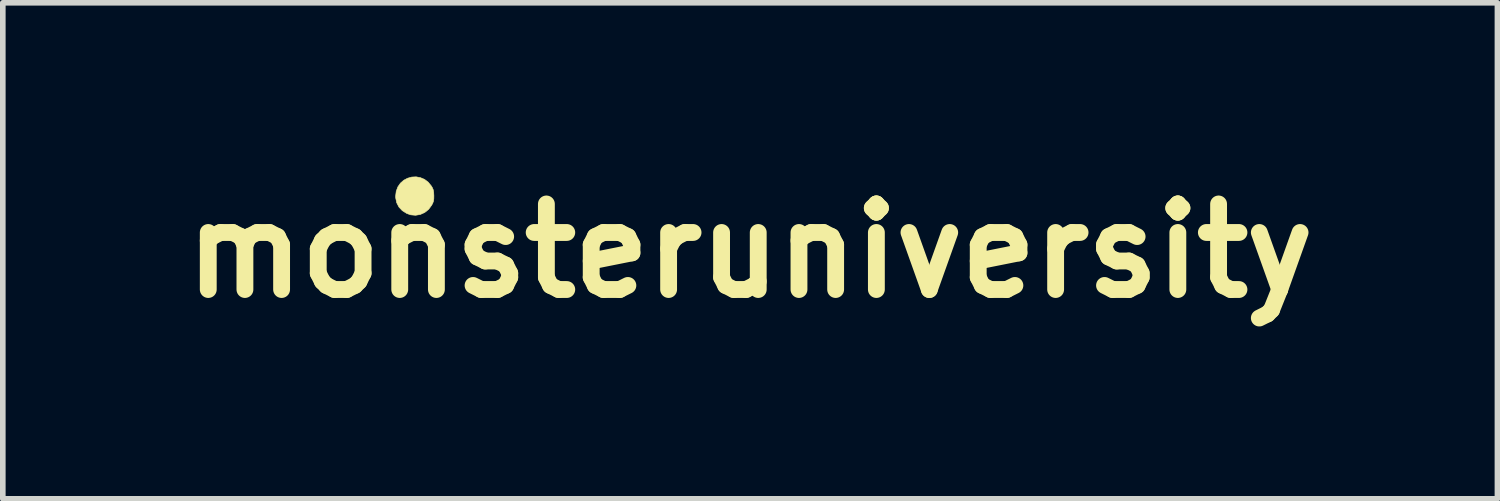
<source format=kicad_pcb>
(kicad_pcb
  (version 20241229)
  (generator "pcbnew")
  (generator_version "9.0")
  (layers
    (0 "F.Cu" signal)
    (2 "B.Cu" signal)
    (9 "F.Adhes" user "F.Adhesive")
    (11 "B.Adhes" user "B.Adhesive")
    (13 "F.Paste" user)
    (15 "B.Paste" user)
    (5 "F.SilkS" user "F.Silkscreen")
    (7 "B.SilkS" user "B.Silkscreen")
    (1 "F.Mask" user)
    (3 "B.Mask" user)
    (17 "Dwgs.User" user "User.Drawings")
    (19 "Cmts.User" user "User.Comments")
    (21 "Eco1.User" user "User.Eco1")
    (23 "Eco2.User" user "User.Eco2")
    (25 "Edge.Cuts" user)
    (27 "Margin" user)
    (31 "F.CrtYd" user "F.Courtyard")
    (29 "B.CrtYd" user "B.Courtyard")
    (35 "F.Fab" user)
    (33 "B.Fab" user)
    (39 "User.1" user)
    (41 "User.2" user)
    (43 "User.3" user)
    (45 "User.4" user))
  (footprint "monsteruniversity"
    (layer "F.Cu")
    (at 10.312 1.418)
    (property "Reference" "monsteruniversity" (at 0 0 0) (layer "F.SilkS") (effects (font (size 1.524 1.524) (thickness 0.3))))
    (attr through_hole)
    (fp_poly (pts (xy -5.874 -1.304) (xy -5.8 -1.273) (xy -5.734 -1.223) (xy -5.677 -1.153) (xy -5.661 -1.126) (xy -5.644 -1.086) (xy -5.636 -1.041) (xy -5.633 -0.981) (xy -5.633 -0.978) (xy -5.634 -0.924) (xy -5.64 -0.884) (xy -5.653 -0.849) (xy -5.672 -0.813) (xy -5.727 -0.738) (xy -5.796 -0.683) (xy -5.875 -0.647) (xy -5.96 -0.633) (xy -6.047 -0.641) (xy -6.115 -0.665) (xy -6.195 -0.715) (xy -6.256 -0.78) (xy -6.296 -0.858) (xy -6.314 -0.946) (xy -6.315 -0.97) (xy -6.304 -1.061) (xy -6.274 -1.14) (xy -6.229 -1.205) (xy -6.17 -1.257) (xy -6.102 -1.293) (xy -6.028 -1.314) (xy -5.95 -1.318) (xy -5.874 -1.304)) (stroke (width 0.01) (type solid)) (fill yes) (layer "F.SilkS")))
  (gr_rect
    (start -3 -3)
    (end 23.625 5.836)
    (stroke (width 0.1) (type default))
    (fill no)
    (layer "Edge.Cuts")))
</source>
